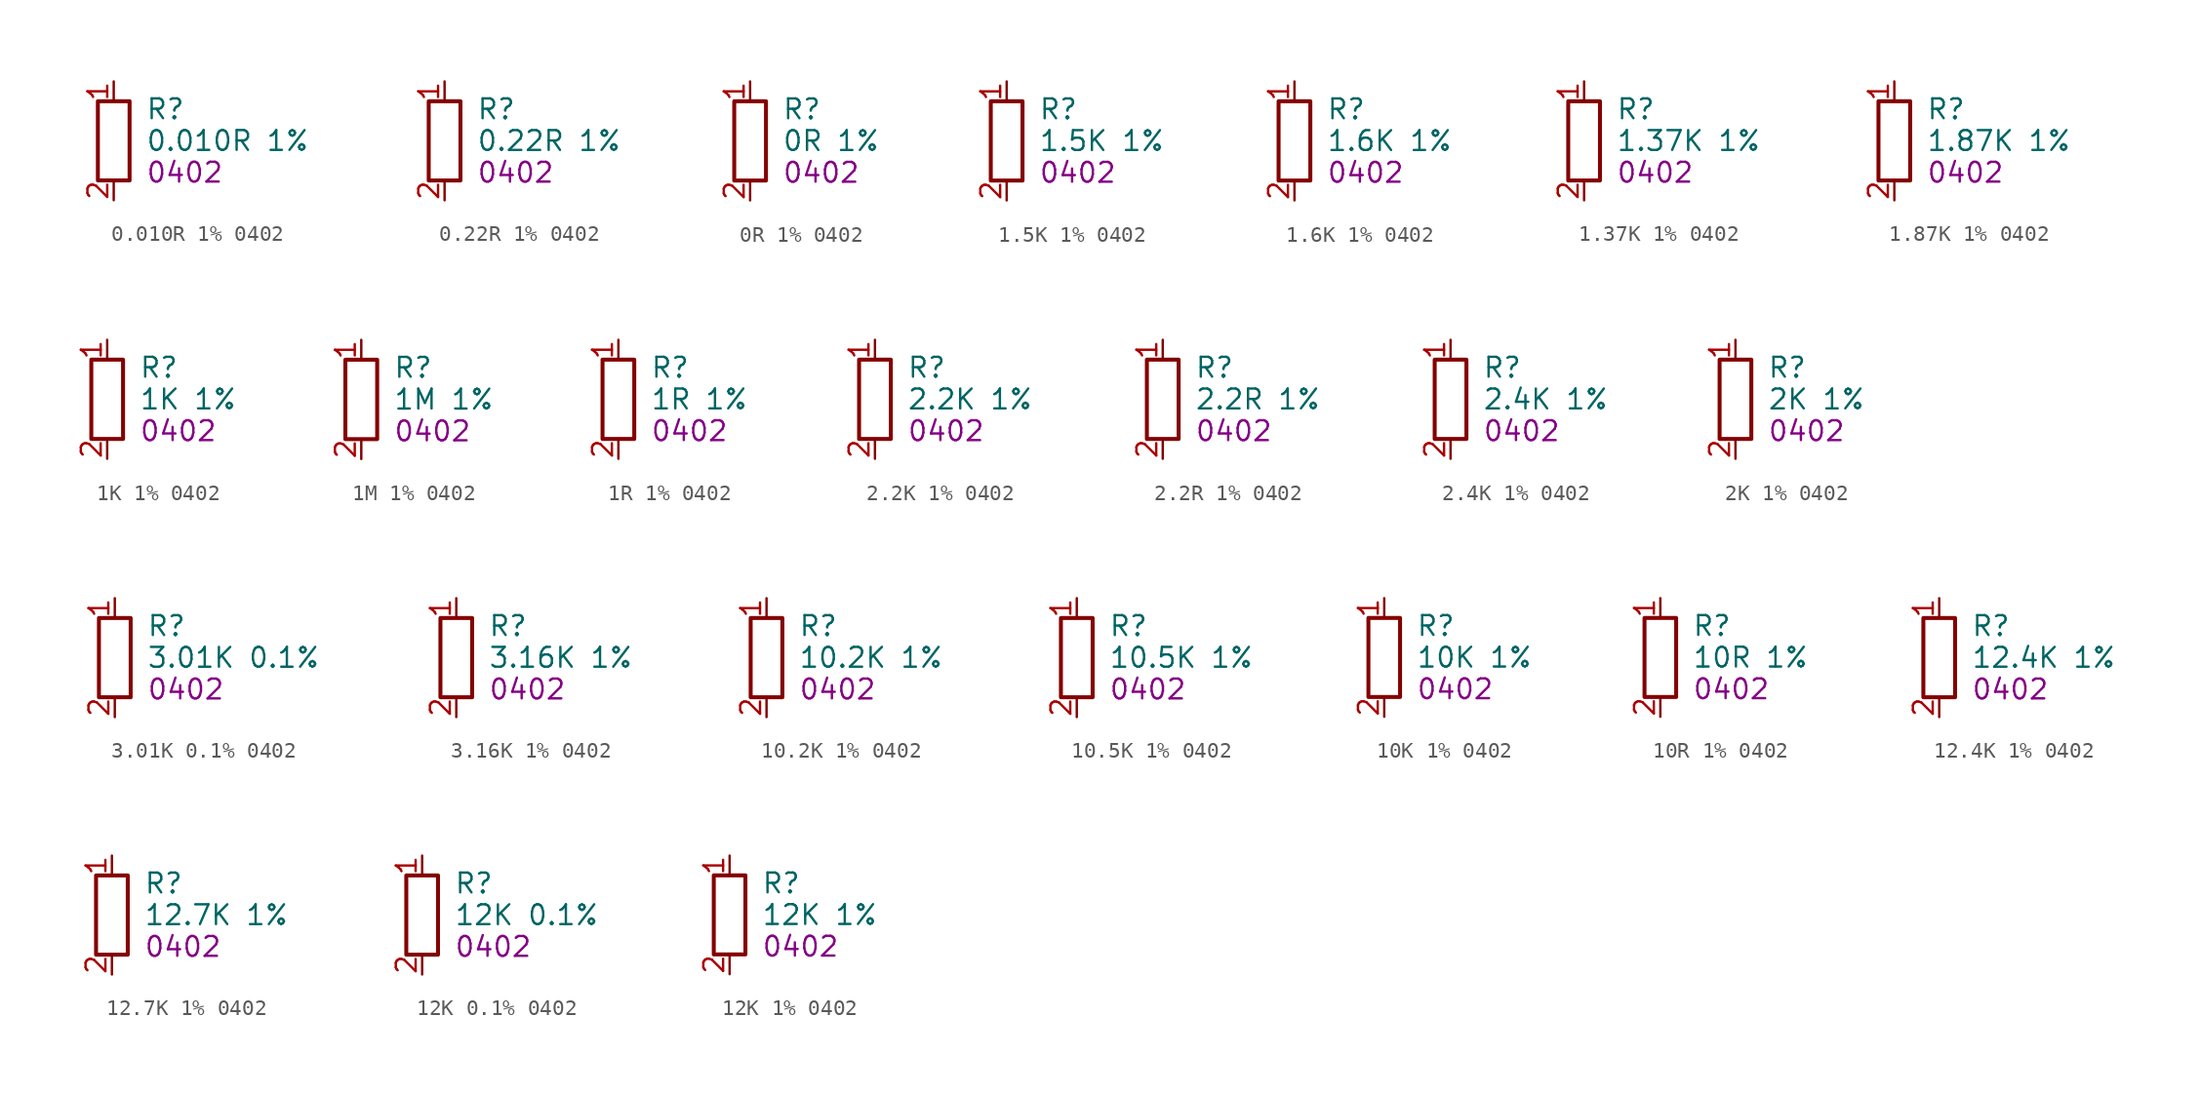
<source format=kicad_sym>
(kicad_symbol_lib
  (version 20241209)
  (generator "kicad_symbol_editor")
  (generator_version "9.0")
  (symbol "0.010R 1% 0402"
    (property "Reference" "R"
      (at 2.032 2.032 0)
      (effects (font (size 1.27 1.27)) (justify left)))
    (property "Value" "0.010R 1%"
      (at 2.032 0 0)
      (effects (font (size 1.27 1.27)) (justify left)))
    (property "FOOTPRINT_SHORT" "0402"
      (at 2.032 -2.032 0)
      (effects (font (size 1.27 1.27)) (justify left)))
    (symbol "0.010R 1% 0402_0_1"
      (rectangle (start -1.016 2.54) (end 1.016 -2.54) (stroke (width 0.254) (type default)) (fill (type none))))
    (symbol "0.010R 1% 0402_1_1"
      (pin passive line (at 0 3.81 270) (length 1.27) (name "~" (effects (font (size 1.27 1.27)))) (number "1" (effects (font (size 1.27 1.27)))))
      (pin passive line (at 0 -3.81 90) (length 1.27) (name "~" (effects (font (size 1.27 1.27)))) (number "2" (effects (font (size 1.27 1.27)))))))
  (symbol "0.22R 1% 0402"
    (property "Reference" "R"
      (at 2.032 2.032 0)
      (effects (font (size 1.27 1.27)) (justify left)))
    (property "Value" "0.22R 1%"
      (at 2.032 0 0)
      (effects (font (size 1.27 1.27)) (justify left)))
    (property "FOOTPRINT_SHORT" "0402"
      (at 2.032 -2.032 0)
      (effects (font (size 1.27 1.27)) (justify left)))
    (symbol "0.22R 1% 0402_0_1"
      (rectangle (start -1.016 2.54) (end 1.016 -2.54) (stroke (width 0.254) (type default)) (fill (type none))))
    (symbol "0.22R 1% 0402_1_1"
      (pin passive line (at 0 3.81 270) (length 1.27) (name "~" (effects (font (size 1.27 1.27)))) (number "1" (effects (font (size 1.27 1.27)))))
      (pin passive line (at 0 -3.81 90) (length 1.27) (name "~" (effects (font (size 1.27 1.27)))) (number "2" (effects (font (size 1.27 1.27)))))))
  (symbol "0R 1% 0402"
    (property "Reference" "R"
      (at 2.032 2.032 0)
      (effects (font (size 1.27 1.27)) (justify left)))
    (property "Value" "0R 1%"
      (at 2.032 0 0)
      (effects (font (size 1.27 1.27)) (justify left)))
    (property "FOOTPRINT_SHORT" "0402"
      (at 2.032 -2.032 0)
      (effects (font (size 1.27 1.27)) (justify left)))
    (symbol "0R 1% 0402_0_1"
      (rectangle (start -1.016 2.54) (end 1.016 -2.54) (stroke (width 0.254) (type default)) (fill (type none))))
    (symbol "0R 1% 0402_1_1"
      (pin passive line (at 0 3.81 270) (length 1.27) (name "~" (effects (font (size 1.27 1.27)))) (number "1" (effects (font (size 1.27 1.27)))))
      (pin passive line (at 0 -3.81 90) (length 1.27) (name "~" (effects (font (size 1.27 1.27)))) (number "2" (effects (font (size 1.27 1.27)))))))
  (symbol "1.5K 1% 0402"
    (property "Reference" "R"
      (at 2.032 2.032 0)
      (effects (font (size 1.27 1.27)) (justify left)))
    (property "Value" "1.5K 1%"
      (at 2.032 0 0)
      (effects (font (size 1.27 1.27)) (justify left)))
    (property "FOOTPRINT_SHORT" "0402"
      (at 2.032 -2.032 0)
      (effects (font (size 1.27 1.27)) (justify left)))
    (symbol "1.5K 1% 0402_0_1"
      (rectangle (start -1.016 2.54) (end 1.016 -2.54) (stroke (width 0.254) (type default)) (fill (type none))))
    (symbol "1.5K 1% 0402_1_1"
      (pin passive line (at 0 3.81 270) (length 1.27) (name "~" (effects (font (size 1.27 1.27)))) (number "1" (effects (font (size 1.27 1.27)))))
      (pin passive line (at 0 -3.81 90) (length 1.27) (name "~" (effects (font (size 1.27 1.27)))) (number "2" (effects (font (size 1.27 1.27)))))))
  (symbol "1.6K 1% 0402"
    (property "Reference" "R"
      (at 2.032 2.032 0)
      (effects (font (size 1.27 1.27)) (justify left)))
    (property "Value" "1.6K 1%"
      (at 2.032 0 0)
      (effects (font (size 1.27 1.27)) (justify left)))
    (property "FOOTPRINT_SHORT" "0402"
      (at 2.032 -2.032 0)
      (effects (font (size 1.27 1.27)) (justify left)))
    (symbol "1.6K 1% 0402_0_1"
      (rectangle (start -1.016 2.54) (end 1.016 -2.54) (stroke (width 0.254) (type default)) (fill (type none))))
    (symbol "1.6K 1% 0402_1_1"
      (pin passive line (at 0 3.81 270) (length 1.27) (name "~" (effects (font (size 1.27 1.27)))) (number "1" (effects (font (size 1.27 1.27)))))
      (pin passive line (at 0 -3.81 90) (length 1.27) (name "~" (effects (font (size 1.27 1.27)))) (number "2" (effects (font (size 1.27 1.27)))))))
  (symbol "1.37K 1% 0402"
    (property "Reference" "R"
      (at 2.032 2.032 0)
      (effects (font (size 1.27 1.27)) (justify left)))
    (property "Value" "1.37K 1%"
      (at 2.032 0 0)
      (effects (font (size 1.27 1.27)) (justify left)))
    (property "FOOTPRINT_SHORT" "0402"
      (at 2.032 -2.032 0)
      (effects (font (size 1.27 1.27)) (justify left)))
    (symbol "1.37K 1% 0402_0_1"
      (rectangle (start -1.016 2.54) (end 1.016 -2.54) (stroke (width 0.254) (type default)) (fill (type none))))
    (symbol "1.37K 1% 0402_1_1"
      (pin passive line (at 0 3.81 270) (length 1.27) (name "~" (effects (font (size 1.27 1.27)))) (number "1" (effects (font (size 1.27 1.27)))))
      (pin passive line (at 0 -3.81 90) (length 1.27) (name "~" (effects (font (size 1.27 1.27)))) (number "2" (effects (font (size 1.27 1.27)))))))
  (symbol "1.87K 1% 0402"
    (property "Reference" "R"
      (at 2.032 2.032 0)
      (effects (font (size 1.27 1.27)) (justify left)))
    (property "Value" "1.87K 1%"
      (at 2.032 0 0)
      (effects (font (size 1.27 1.27)) (justify left)))
    (property "FOOTPRINT_SHORT" "0402"
      (at 2.032 -2.032 0)
      (effects (font (size 1.27 1.27)) (justify left)))
    (symbol "1.87K 1% 0402_0_1"
      (rectangle (start -1.016 2.54) (end 1.016 -2.54) (stroke (width 0.254) (type default)) (fill (type none))))
    (symbol "1.87K 1% 0402_1_1"
      (pin passive line (at 0 3.81 270) (length 1.27) (name "~" (effects (font (size 1.27 1.27)))) (number "1" (effects (font (size 1.27 1.27)))))
      (pin passive line (at 0 -3.81 90) (length 1.27) (name "~" (effects (font (size 1.27 1.27)))) (number "2" (effects (font (size 1.27 1.27)))))))
  (symbol "1K 1% 0402"
    (property "Reference" "R"
      (at 2.032 2.032 0)
      (effects (font (size 1.27 1.27)) (justify left)))
    (property "Value" "1K 1%"
      (at 2.032 0 0)
      (effects (font (size 1.27 1.27)) (justify left)))
    (property "FOOTPRINT_SHORT" "0402"
      (at 2.032 -2.032 0)
      (effects (font (size 1.27 1.27)) (justify left)))
    (symbol "1K 1% 0402_0_1"
      (rectangle (start -1.016 2.54) (end 1.016 -2.54) (stroke (width 0.254) (type default)) (fill (type none))))
    (symbol "1K 1% 0402_1_1"
      (pin passive line (at 0 3.81 270) (length 1.27) (name "~" (effects (font (size 1.27 1.27)))) (number "1" (effects (font (size 1.27 1.27)))))
      (pin passive line (at 0 -3.81 90) (length 1.27) (name "~" (effects (font (size 1.27 1.27)))) (number "2" (effects (font (size 1.27 1.27)))))))
  (symbol "1M 1% 0402"
    (property "Reference" "R"
      (at 2.032 2.032 0)
      (effects (font (size 1.27 1.27)) (justify left)))
    (property "Value" "1M 1%"
      (at 2.032 0 0)
      (effects (font (size 1.27 1.27)) (justify left)))
    (property "FOOTPRINT_SHORT" "0402"
      (at 2.032 -2.032 0)
      (effects (font (size 1.27 1.27)) (justify left)))
    (symbol "1M 1% 0402_0_1"
      (rectangle (start -1.016 2.54) (end 1.016 -2.54) (stroke (width 0.254) (type default)) (fill (type none))))
    (symbol "1M 1% 0402_1_1"
      (pin passive line (at 0 3.81 270) (length 1.27) (name "~" (effects (font (size 1.27 1.27)))) (number "1" (effects (font (size 1.27 1.27)))))
      (pin passive line (at 0 -3.81 90) (length 1.27) (name "~" (effects (font (size 1.27 1.27)))) (number "2" (effects (font (size 1.27 1.27)))))))
  (symbol "1R 1% 0402"
    (property "Reference" "R"
      (at 2.032 2.032 0)
      (effects (font (size 1.27 1.27)) (justify left)))
    (property "Value" "1R 1%"
      (at 2.032 0 0)
      (effects (font (size 1.27 1.27)) (justify left)))
    (property "FOOTPRINT_SHORT" "0402"
      (at 2.032 -2.032 0)
      (effects (font (size 1.27 1.27)) (justify left)))
    (symbol "1R 1% 0402_0_1"
      (rectangle (start -1.016 2.54) (end 1.016 -2.54) (stroke (width 0.254) (type default)) (fill (type none))))
    (symbol "1R 1% 0402_1_1"
      (pin passive line (at 0 3.81 270) (length 1.27) (name "~" (effects (font (size 1.27 1.27)))) (number "1" (effects (font (size 1.27 1.27)))))
      (pin passive line (at 0 -3.81 90) (length 1.27) (name "~" (effects (font (size 1.27 1.27)))) (number "2" (effects (font (size 1.27 1.27)))))))
  (symbol "2.2K 1% 0402"
    (property "Reference" "R"
      (at 2.032 2.032 0)
      (effects (font (size 1.27 1.27)) (justify left)))
    (property "Value" "2.2K 1%"
      (at 2.032 0 0)
      (effects (font (size 1.27 1.27)) (justify left)))
    (property "FOOTPRINT_SHORT" "0402"
      (at 2.032 -2.032 0)
      (effects (font (size 1.27 1.27)) (justify left)))
    (symbol "2.2K 1% 0402_0_1"
      (rectangle (start -1.016 2.54) (end 1.016 -2.54) (stroke (width 0.254) (type default)) (fill (type none))))
    (symbol "2.2K 1% 0402_1_1"
      (pin passive line (at 0 3.81 270) (length 1.27) (name "~" (effects (font (size 1.27 1.27)))) (number "1" (effects (font (size 1.27 1.27)))))
      (pin passive line (at 0 -3.81 90) (length 1.27) (name "~" (effects (font (size 1.27 1.27)))) (number "2" (effects (font (size 1.27 1.27)))))))
  (symbol "2.2R 1% 0402"
    (property "Reference" "R"
      (at 2.032 2.032 0)
      (effects (font (size 1.27 1.27)) (justify left)))
    (property "Value" "2.2R 1%"
      (at 2.032 0 0)
      (effects (font (size 1.27 1.27)) (justify left)))
    (property "FOOTPRINT_SHORT" "0402"
      (at 2.032 -2.032 0)
      (effects (font (size 1.27 1.27)) (justify left)))
    (symbol "2.2R 1% 0402_0_1"
      (rectangle (start -1.016 2.54) (end 1.016 -2.54) (stroke (width 0.254) (type default)) (fill (type none))))
    (symbol "2.2R 1% 0402_1_1"
      (pin passive line (at 0 3.81 270) (length 1.27) (name "~" (effects (font (size 1.27 1.27)))) (number "1" (effects (font (size 1.27 1.27)))))
      (pin passive line (at 0 -3.81 90) (length 1.27) (name "~" (effects (font (size 1.27 1.27)))) (number "2" (effects (font (size 1.27 1.27)))))))
  (symbol "2.4K 1% 0402"
    (property "Reference" "R"
      (at 2.032 2.032 0)
      (effects (font (size 1.27 1.27)) (justify left)))
    (property "Value" "2.4K 1%"
      (at 2.032 0 0)
      (effects (font (size 1.27 1.27)) (justify left)))
    (property "FOOTPRINT_SHORT" "0402"
      (at 2.032 -2.032 0)
      (effects (font (size 1.27 1.27)) (justify left)))
    (symbol "2.4K 1% 0402_0_1"
      (rectangle (start -1.016 2.54) (end 1.016 -2.54) (stroke (width 0.254) (type default)) (fill (type none))))
    (symbol "2.4K 1% 0402_1_1"
      (pin passive line (at 0 3.81 270) (length 1.27) (name "~" (effects (font (size 1.27 1.27)))) (number "1" (effects (font (size 1.27 1.27)))))
      (pin passive line (at 0 -3.81 90) (length 1.27) (name "~" (effects (font (size 1.27 1.27)))) (number "2" (effects (font (size 1.27 1.27)))))))
  (symbol "2K 1% 0402"
    (property "Reference" "R"
      (at 2.032 2.032 0)
      (effects (font (size 1.27 1.27)) (justify left)))
    (property "Value" "2K 1%"
      (at 2.032 0 0)
      (effects (font (size 1.27 1.27)) (justify left)))
    (property "FOOTPRINT_SHORT" "0402"
      (at 2.032 -2.032 0)
      (effects (font (size 1.27 1.27)) (justify left)))
    (symbol "2K 1% 0402_0_1"
      (rectangle (start -1.016 2.54) (end 1.016 -2.54) (stroke (width 0.254) (type default)) (fill (type none))))
    (symbol "2K 1% 0402_1_1"
      (pin passive line (at 0 3.81 270) (length 1.27) (name "~" (effects (font (size 1.27 1.27)))) (number "1" (effects (font (size 1.27 1.27)))))
      (pin passive line (at 0 -3.81 90) (length 1.27) (name "~" (effects (font (size 1.27 1.27)))) (number "2" (effects (font (size 1.27 1.27)))))))
  (symbol "3.01K 0.1% 0402"
    (property "Reference" "R"
      (at 2.032 2.032 0)
      (effects (font (size 1.27 1.27)) (justify left)))
    (property "Value" "3.01K 0.1%"
      (at 2.032 0 0)
      (effects (font (size 1.27 1.27)) (justify left)))
    (property "FOOTPRINT_SHORT" "0402"
      (at 2.032 -2.032 0)
      (effects (font (size 1.27 1.27)) (justify left)))
    (symbol "3.01K 0.1% 0402_0_1"
      (rectangle (start -1.016 2.54) (end 1.016 -2.54) (stroke (width 0.254) (type default)) (fill (type none))))
    (symbol "3.01K 0.1% 0402_1_1"
      (pin passive line (at 0 3.81 270) (length 1.27) (name "~" (effects (font (size 1.27 1.27)))) (number "1" (effects (font (size 1.27 1.27)))))
      (pin passive line (at 0 -3.81 90) (length 1.27) (name "~" (effects (font (size 1.27 1.27)))) (number "2" (effects (font (size 1.27 1.27)))))))
  (symbol "3.16K 1% 0402"
    (property "Reference" "R"
      (at 2.032 2.032 0)
      (effects (font (size 1.27 1.27)) (justify left)))
    (property "Value" "3.16K 1%"
      (at 2.032 0 0)
      (effects (font (size 1.27 1.27)) (justify left)))
    (property "FOOTPRINT_SHORT" "0402"
      (at 2.032 -2.032 0)
      (effects (font (size 1.27 1.27)) (justify left)))
    (symbol "3.16K 1% 0402_0_1"
      (rectangle (start -1.016 2.54) (end 1.016 -2.54) (stroke (width 0.254) (type default)) (fill (type none))))
    (symbol "3.16K 1% 0402_1_1"
      (pin passive line (at 0 3.81 270) (length 1.27) (name "~" (effects (font (size 1.27 1.27)))) (number "1" (effects (font (size 1.27 1.27)))))
      (pin passive line (at 0 -3.81 90) (length 1.27) (name "~" (effects (font (size 1.27 1.27)))) (number "2" (effects (font (size 1.27 1.27)))))))
  (symbol "10.2K 1% 0402"
    (property "Reference" "R"
      (at 2.032 2.032 0)
      (effects (font (size 1.27 1.27)) (justify left)))
    (property "Value" "10.2K 1%"
      (at 2.032 0 0)
      (effects (font (size 1.27 1.27)) (justify left)))
    (property "FOOTPRINT_SHORT" "0402"
      (at 2.032 -2.032 0)
      (effects (font (size 1.27 1.27)) (justify left)))
    (symbol "10.2K 1% 0402_0_1"
      (rectangle (start -1.016 2.54) (end 1.016 -2.54) (stroke (width 0.254) (type default)) (fill (type none))))
    (symbol "10.2K 1% 0402_1_1"
      (pin passive line (at 0 3.81 270) (length 1.27) (name "~" (effects (font (size 1.27 1.27)))) (number "1" (effects (font (size 1.27 1.27)))))
      (pin passive line (at 0 -3.81 90) (length 1.27) (name "~" (effects (font (size 1.27 1.27)))) (number "2" (effects (font (size 1.27 1.27)))))))
  (symbol "10.5K 1% 0402"
    (property "Reference" "R"
      (at 2.032 2.032 0)
      (effects (font (size 1.27 1.27)) (justify left)))
    (property "Value" "10.5K 1%"
      (at 2.032 0 0)
      (effects (font (size 1.27 1.27)) (justify left)))
    (property "FOOTPRINT_SHORT" "0402"
      (at 2.032 -2.032 0)
      (effects (font (size 1.27 1.27)) (justify left)))
    (symbol "10.5K 1% 0402_0_1"
      (rectangle (start -1.016 2.54) (end 1.016 -2.54) (stroke (width 0.254) (type default)) (fill (type none))))
    (symbol "10.5K 1% 0402_1_1"
      (pin passive line (at 0 3.81 270) (length 1.27) (name "~" (effects (font (size 1.27 1.27)))) (number "1" (effects (font (size 1.27 1.27)))))
      (pin passive line (at 0 -3.81 90) (length 1.27) (name "~" (effects (font (size 1.27 1.27)))) (number "2" (effects (font (size 1.27 1.27)))))))
  (symbol "10K 1% 0402"
    (property "Reference" "R"
      (at 2.032 2.032 0)
      (effects (font (size 1.27 1.27)) (justify left)))
    (property "Value" "10K 1%"
      (at 2.032 0 0)
      (effects (font (size 1.27 1.27)) (justify left)))
    (property "FOOTPRINT_SHORT" "0402"
      (at 2.032 -2.032 0)
      (effects (font (size 1.27 1.27)) (justify left)))
    (symbol "10K 1% 0402_0_1"
      (rectangle (start -1.016 2.54) (end 1.016 -2.54) (stroke (width 0.254) (type default)) (fill (type none))))
    (symbol "10K 1% 0402_1_1"
      (pin passive line (at 0 3.81 270) (length 1.27) (name "~" (effects (font (size 1.27 1.27)))) (number "1" (effects (font (size 1.27 1.27)))))
      (pin passive line (at 0 -3.81 90) (length 1.27) (name "~" (effects (font (size 1.27 1.27)))) (number "2" (effects (font (size 1.27 1.27)))))))
  (symbol "10R 1% 0402"
    (property "Reference" "R"
      (at 2.032 2.032 0)
      (effects (font (size 1.27 1.27)) (justify left)))
    (property "Value" "10R 1%"
      (at 2.032 0 0)
      (effects (font (size 1.27 1.27)) (justify left)))
    (property "FOOTPRINT_SHORT" "0402"
      (at 2.032 -2.032 0)
      (effects (font (size 1.27 1.27)) (justify left)))
    (symbol "10R 1% 0402_0_1"
      (rectangle (start -1.016 2.54) (end 1.016 -2.54) (stroke (width 0.254) (type default)) (fill (type none))))
    (symbol "10R 1% 0402_1_1"
      (pin passive line (at 0 3.81 270) (length 1.27) (name "~" (effects (font (size 1.27 1.27)))) (number "1" (effects (font (size 1.27 1.27)))))
      (pin passive line (at 0 -3.81 90) (length 1.27) (name "~" (effects (font (size 1.27 1.27)))) (number "2" (effects (font (size 1.27 1.27)))))))
  (symbol "12.4K 1% 0402"
    (property "Reference" "R"
      (at 2.032 2.032 0)
      (effects (font (size 1.27 1.27)) (justify left)))
    (property "Value" "12.4K 1%"
      (at 2.032 0 0)
      (effects (font (size 1.27 1.27)) (justify left)))
    (property "FOOTPRINT_SHORT" "0402"
      (at 2.032 -2.032 0)
      (effects (font (size 1.27 1.27)) (justify left)))
    (symbol "12.4K 1% 0402_0_1"
      (rectangle (start -1.016 2.54) (end 1.016 -2.54) (stroke (width 0.254) (type default)) (fill (type none))))
    (symbol "12.4K 1% 0402_1_1"
      (pin passive line (at 0 3.81 270) (length 1.27) (name "~" (effects (font (size 1.27 1.27)))) (number "1" (effects (font (size 1.27 1.27)))))
      (pin passive line (at 0 -3.81 90) (length 1.27) (name "~" (effects (font (size 1.27 1.27)))) (number "2" (effects (font (size 1.27 1.27)))))))
  (symbol "12.7K 1% 0402"
    (property "Reference" "R"
      (at 2.032 2.032 0)
      (effects (font (size 1.27 1.27)) (justify left)))
    (property "Value" "12.7K 1%"
      (at 2.032 0 0)
      (effects (font (size 1.27 1.27)) (justify left)))
    (property "FOOTPRINT_SHORT" "0402"
      (at 2.032 -2.032 0)
      (effects (font (size 1.27 1.27)) (justify left)))
    (symbol "12.7K 1% 0402_0_1"
      (rectangle (start -1.016 2.54) (end 1.016 -2.54) (stroke (width 0.254) (type default)) (fill (type none))))
    (symbol "12.7K 1% 0402_1_1"
      (pin passive line (at 0 3.81 270) (length 1.27) (name "~" (effects (font (size 1.27 1.27)))) (number "1" (effects (font (size 1.27 1.27)))))
      (pin passive line (at 0 -3.81 90) (length 1.27) (name "~" (effects (font (size 1.27 1.27)))) (number "2" (effects (font (size 1.27 1.27)))))))
  (symbol "12K 0.1% 0402"
    (property "Reference" "R"
      (at 2.032 2.032 0)
      (effects (font (size 1.27 1.27)) (justify left)))
    (property "Value" "12K 0.1%"
      (at 2.032 0 0)
      (effects (font (size 1.27 1.27)) (justify left)))
    (property "FOOTPRINT_SHORT" "0402"
      (at 2.032 -2.032 0)
      (effects (font (size 1.27 1.27)) (justify left)))
    (symbol "12K 0.1% 0402_0_1"
      (rectangle (start -1.016 2.54) (end 1.016 -2.54) (stroke (width 0.254) (type default)) (fill (type none))))
    (symbol "12K 0.1% 0402_1_1"
      (pin passive line (at 0 3.81 270) (length 1.27) (name "~" (effects (font (size 1.27 1.27)))) (number "1" (effects (font (size 1.27 1.27)))))
      (pin passive line (at 0 -3.81 90) (length 1.27) (name "~" (effects (font (size 1.27 1.27)))) (number "2" (effects (font (size 1.27 1.27)))))))
  (symbol "12K 1% 0402"
    (property "Reference" "R"
      (at 2.032 2.032 0)
      (effects (font (size 1.27 1.27)) (justify left)))
    (property "Value" "12K 1%"
      (at 2.032 0 0)
      (effects (font (size 1.27 1.27)) (justify left)))
    (property "FOOTPRINT_SHORT" "0402"
      (at 2.032 -2.032 0)
      (effects (font (size 1.27 1.27)) (justify left)))
    (symbol "12K 1% 0402_0_1"
      (rectangle (start -1.016 2.54) (end 1.016 -2.54) (stroke (width 0.254) (type default)) (fill (type none))))
    (symbol "12K 1% 0402_1_1"
      (pin passive line (at 0 3.81 270) (length 1.27) (name "~" (effects (font (size 1.27 1.27)))) (number "1" (effects (font (size 1.27 1.27)))))
      (pin passive line (at 0 -3.81 90) (length 1.27) (name "~" (effects (font (size 1.27 1.27)))) (number "2" (effects (font (size 1.27 1.27))))))))
</source>
